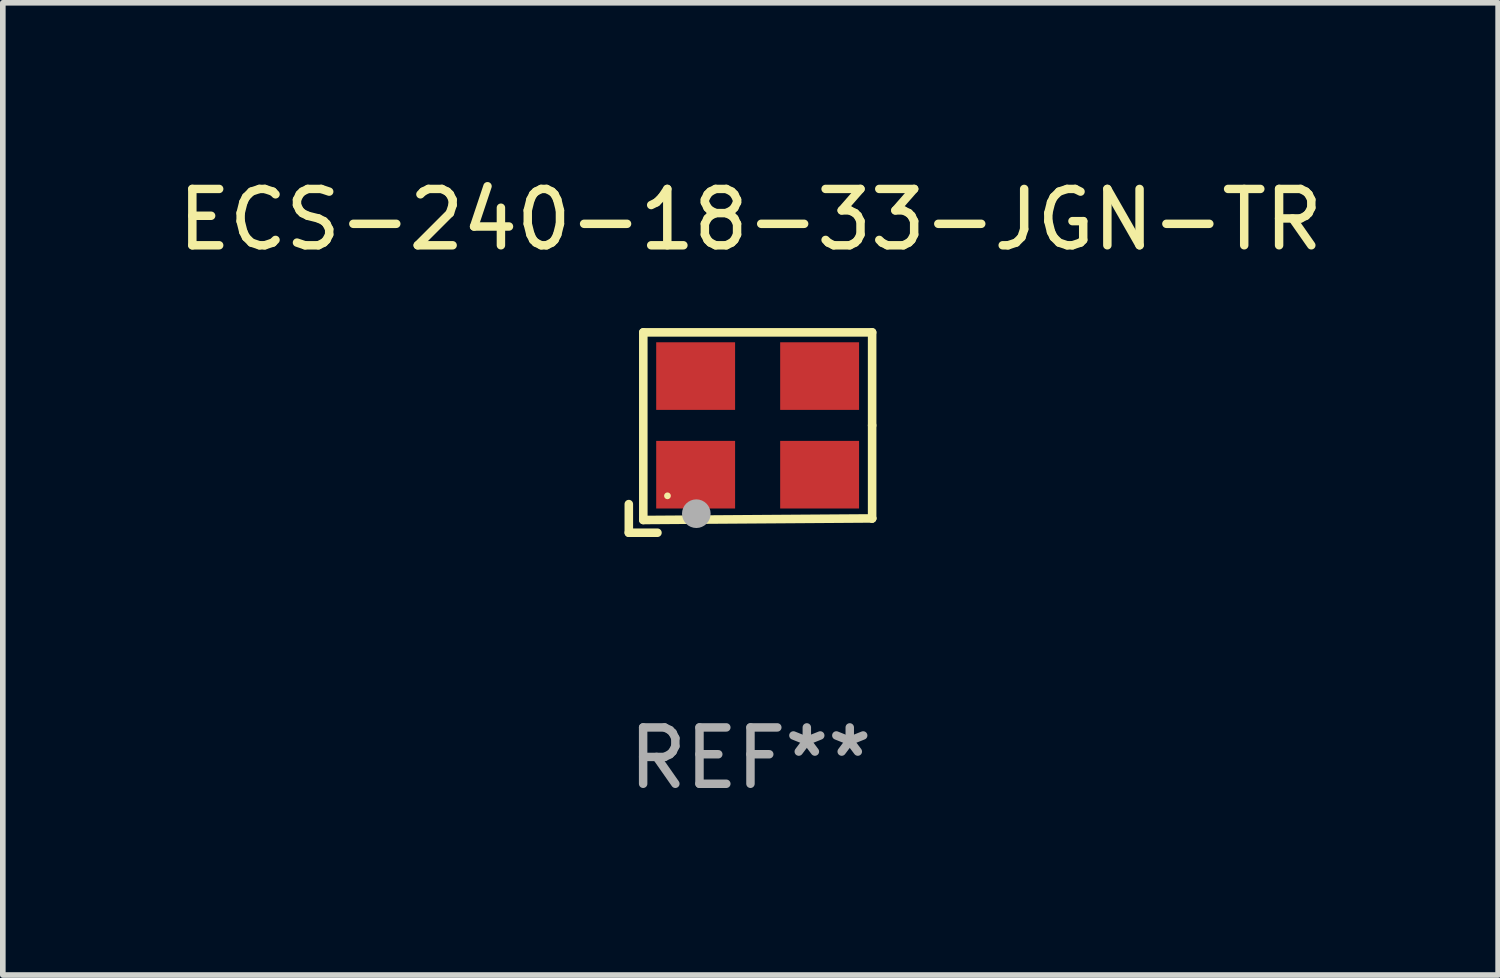
<source format=kicad_pcb>
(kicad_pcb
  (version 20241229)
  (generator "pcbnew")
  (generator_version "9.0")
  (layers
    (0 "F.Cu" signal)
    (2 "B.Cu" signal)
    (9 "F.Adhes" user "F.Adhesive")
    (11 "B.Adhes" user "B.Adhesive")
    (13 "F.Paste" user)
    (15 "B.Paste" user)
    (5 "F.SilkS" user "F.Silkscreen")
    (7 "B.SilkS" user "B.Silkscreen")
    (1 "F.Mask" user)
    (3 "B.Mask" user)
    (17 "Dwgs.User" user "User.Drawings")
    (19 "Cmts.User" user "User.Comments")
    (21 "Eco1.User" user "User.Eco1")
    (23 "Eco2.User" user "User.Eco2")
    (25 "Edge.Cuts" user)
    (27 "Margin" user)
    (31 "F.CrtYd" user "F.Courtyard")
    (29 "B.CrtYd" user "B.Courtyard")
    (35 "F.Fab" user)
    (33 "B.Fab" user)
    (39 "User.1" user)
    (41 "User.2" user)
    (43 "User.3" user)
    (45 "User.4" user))
  (footprint "ECS-240-18-33-JGN-TR"
    (layer "F.Cu")
    (at 10.268 4.626)
    (property "Reference" "ECS-240-18-33-JGN-TR" (at 0 -3.778 0) (layer "F.SilkS") (effects (font (size 1 1) (thickness 0.15))))
    (attr through_hole)
    (fp_line (start -2.159 1.27) (end -2.159 1.778) (stroke (width 0.152) (type solid)) (layer "F.SilkS"))
    (fp_line (start -2.159 1.778) (end -1.651 1.778) (stroke (width 0.152) (type solid)) (layer "F.SilkS"))
    (fp_line (start -1.902 -1.778) (end 2.159 -1.778) (stroke (width 0.152) (type solid)) (layer "F.SilkS"))
    (fp_line (start -1.902 1.552) (end -1.902 -1.778) (stroke (width 0.152) (type solid)) (layer "F.SilkS"))
    (fp_line (start 2.159 -1.778) (end 2.159 -0.127) (stroke (width 0.152) (type solid)) (layer "F.SilkS"))
    (fp_line (start 2.159 -0.127) (end 2.159 1.524) (stroke (width 0.152) (type solid)) (layer "F.SilkS"))
    (fp_line (start 2.159 1.524) (end -1.902 1.552) (stroke (width 0.152) (type solid)) (layer "F.SilkS"))
    (fp_line (start 2.159 1.524) (end 2.159 1.524) (stroke (width 0.152) (type solid)) (layer "F.SilkS"))
    (fp_circle (center -1.473 1.123) (end -1.443 1.123) (stroke (width 0.06) (type solid)) (fill no) (layer "F.SilkS"))
    (fp_circle (center -0.961 1.44) (end -0.834 1.44) (stroke (width 0.254) (type solid)) (fill no) (layer "F.Fab"))
    (fp_text user "REF**" (at 0 5.778 0) (layer "F.Fab") (effects (font (size 1 1) (thickness 0.15))))
    (pad "1" smd rect (at -0.973 0.748) (size 1.4 1.2) (layers "F.Cu" "F.Mask" "F.Paste"))
    (pad "2" smd rect (at 1.227 0.748) (size 1.4 1.2) (layers "F.Cu" "F.Mask" "F.Paste"))
    (pad "3" smd rect (at 1.227 -1.002) (size 1.4 1.2) (layers "F.Cu" "F.Mask" "F.Paste"))
    (pad "4" smd rect (at -0.973 -1.002) (size 1.4 1.2) (layers "F.Cu" "F.Mask" "F.Paste")))
  (gr_rect
    (start -3 -3)
    (end 23.536 14.253)
    (stroke (width 0.1) (type default))
    (fill no)
    (layer "Edge.Cuts")))
</source>
